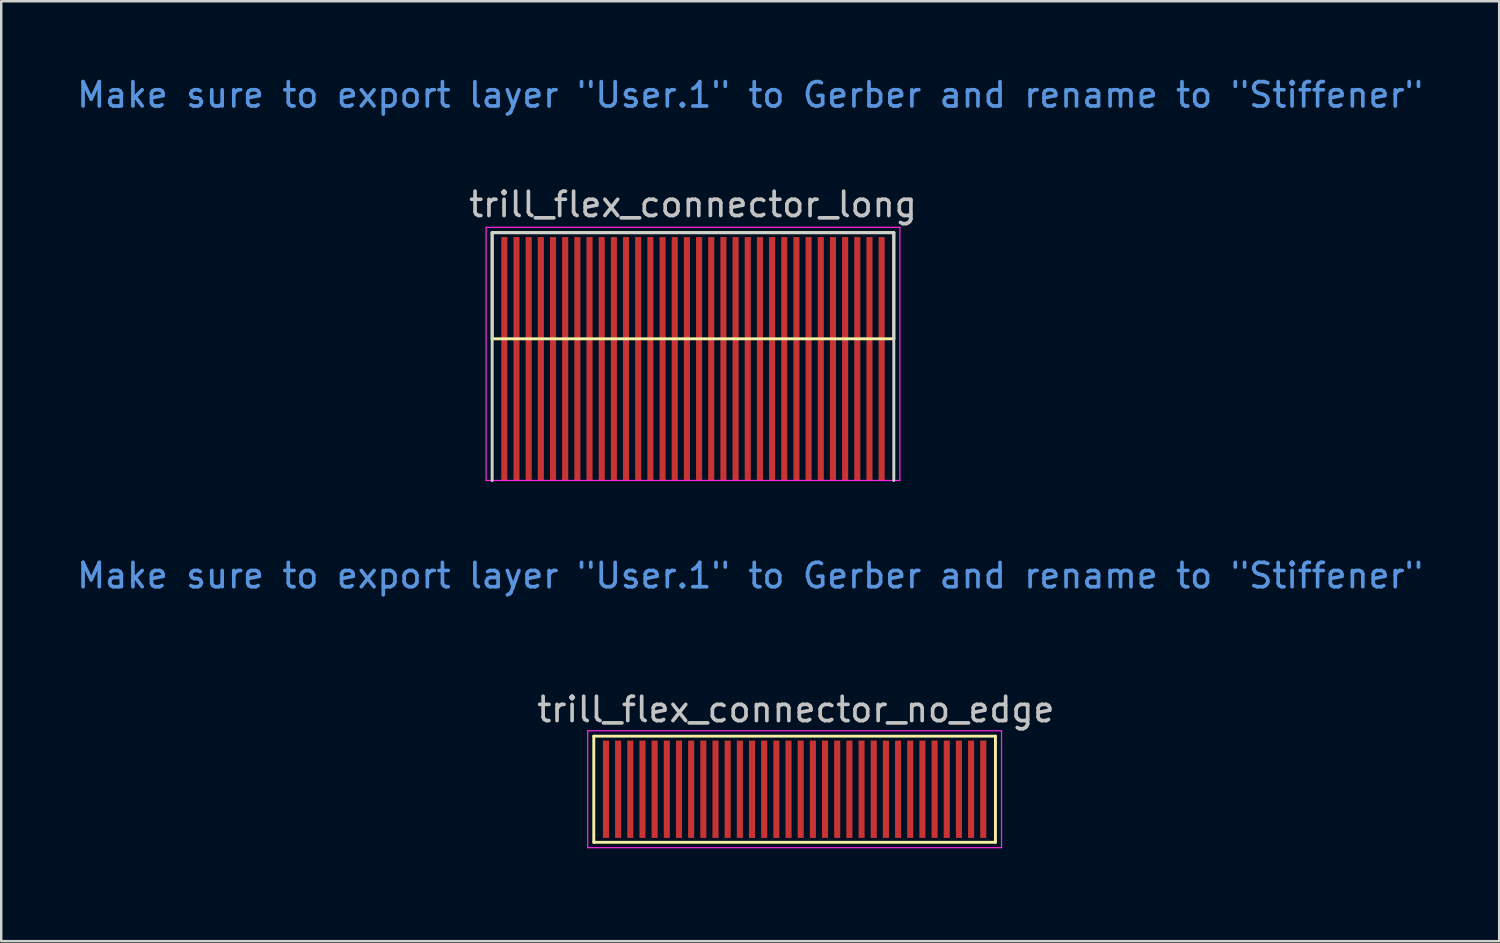
<source format=kicad_pcb>
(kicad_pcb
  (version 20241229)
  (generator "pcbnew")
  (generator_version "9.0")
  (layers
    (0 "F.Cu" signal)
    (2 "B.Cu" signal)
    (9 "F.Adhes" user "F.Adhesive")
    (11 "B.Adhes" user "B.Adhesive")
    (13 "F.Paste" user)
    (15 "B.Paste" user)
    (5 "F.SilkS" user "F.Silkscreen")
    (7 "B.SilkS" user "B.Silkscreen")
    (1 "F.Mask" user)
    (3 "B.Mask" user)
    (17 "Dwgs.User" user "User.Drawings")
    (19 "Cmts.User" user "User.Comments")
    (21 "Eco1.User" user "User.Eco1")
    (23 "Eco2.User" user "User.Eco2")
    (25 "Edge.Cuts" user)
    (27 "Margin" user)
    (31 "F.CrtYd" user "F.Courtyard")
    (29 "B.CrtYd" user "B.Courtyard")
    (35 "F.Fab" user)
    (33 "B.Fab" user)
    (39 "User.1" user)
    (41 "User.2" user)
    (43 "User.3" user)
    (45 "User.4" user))
  (footprint "trill_flex_connector_long"
    (layer "F.Cu")
    (at 17.693 11.673)
    (property "Reference" "trill_flex_connector_long" (at 7.725 -6.325 0) (layer "Dwgs.User") (effects (font (size 1 1) (thickness 0.15))))
    (attr smd exclude_from_pos_files exclude_from_bom)
    (fp_line (start -0.525 -5.165) (end 15.975 -5.165) (stroke (width 0.12) (type solid)) (layer "F.SilkS"))
    (fp_line (start -0.525 -0.805) (end -0.525 -5.165) (stroke (width 0.12) (type solid)) (layer "F.SilkS"))
    (fp_line (start -0.525 -0.805) (end 15.975 -0.805) (stroke (width 0.12) (type solid)) (layer "F.SilkS"))
    (fp_line (start 15.975 -0.805) (end 15.975 -5.165) (stroke (width 0.12) (type solid)) (layer "F.SilkS"))
    (fp_line (start -0.525 -5.165) (end 15.975 -5.165) (stroke (width 0.12) (type solid)) (layer "Edge.Cuts"))
    (fp_line (start -0.525 5.015) (end -0.525 -5.165) (stroke (width 0.12) (type solid)) (layer "Edge.Cuts"))
    (fp_line (start 15.975 5.015) (end 15.975 -5.165) (stroke (width 0.12) (type solid)) (layer "Edge.Cuts"))
    (fp_line (start -0.775 -5.385) (end -0.775 5.015) (stroke (width 0.05) (type solid)) (layer "F.CrtYd"))
    (fp_line (start -0.775 -5.385) (end 16.225 -5.385) (stroke (width 0.05) (type solid)) (layer "F.CrtYd"))
    (fp_line (start -0.775 5.015) (end 16.225 5.015) (stroke (width 0.05) (type solid)) (layer "F.CrtYd"))
    (fp_line (start 16.225 -5.385) (end 16.225 5.015) (stroke (width 0.05) (type solid)) (layer "F.CrtYd"))
    (fp_poly (pts (xy 15.98 0.203) (xy -0.53 0.195) (xy -0.53 -5.165) (xy 15.98 -5.157)) (stroke (width 0.1) (type solid)) (fill no) (layer "User.1"))
    (fp_text user "Make sure to export layer \"User.1\" to Gerber and rename to \"Stiffener\"" (at 10.075 -10.825 0) (layer "Cmts.User") (effects (font (size 1 1) (thickness 0.15))))
    (pad "" smd rect (at -0.025 -2.985) (size 0.25 4) (layers "F.Mask" "F.Paste"))
    (pad "" smd rect (at 0.475 -2.985) (size 0.25 4) (layers "F.Mask" "F.Paste"))
    (pad "" smd rect (at 0.975 -2.985) (size 0.25 4) (layers "F.Mask" "F.Paste"))
    (pad "" smd rect (at 1.475 -2.985) (size 0.25 4) (layers "F.Mask" "F.Paste"))
    (pad "" smd rect (at 1.975 -2.985) (size 0.25 4) (layers "F.Mask" "F.Paste"))
    (pad "" smd rect (at 2.475 -2.985) (size 0.25 4) (layers "F.Mask" "F.Paste"))
    (pad "" smd rect (at 2.975 -2.985) (size 0.25 4) (layers "F.Mask" "F.Paste"))
    (pad "" smd rect (at 3.475 -2.985) (size 0.25 4) (layers "F.Mask" "F.Paste"))
    (pad "" smd rect (at 3.975 -2.985) (size 0.25 4) (layers "F.Mask" "F.Paste"))
    (pad "" smd rect (at 4.475 -2.985) (size 0.25 4) (layers "F.Mask" "F.Paste"))
    (pad "" smd rect (at 4.975 -2.985) (size 0.25 4) (layers "F.Mask" "F.Paste"))
    (pad "" smd rect (at 5.475 -2.985) (size 0.25 4) (layers "F.Mask" "F.Paste"))
    (pad "" smd rect (at 5.975 -2.985) (size 0.25 4) (layers "F.Mask" "F.Paste"))
    (pad "" smd rect (at 6.475 -2.985) (size 0.25 4) (layers "F.Mask" "F.Paste"))
    (pad "" smd rect (at 6.975 -2.985) (size 0.25 4) (layers "F.Mask" "F.Paste"))
    (pad "" smd rect (at 7.475 -2.985) (size 0.25 4) (layers "F.Mask" "F.Paste"))
    (pad "" smd rect (at 7.975 -2.985) (size 0.25 4) (layers "F.Mask" "F.Paste"))
    (pad "" smd rect (at 8.475 -2.985) (size 0.25 4) (layers "F.Mask" "F.Paste"))
    (pad "" smd rect (at 8.975 -2.985) (size 0.25 4) (layers "F.Mask" "F.Paste"))
    (pad "" smd rect (at 9.475 -2.985) (size 0.25 4) (layers "F.Mask" "F.Paste"))
    (pad "" smd rect (at 9.975 -2.985) (size 0.25 4) (layers "F.Mask" "F.Paste"))
    (pad "" smd rect (at 10.475 -2.985) (size 0.25 4) (layers "F.Mask" "F.Paste"))
    (pad "" smd rect (at 10.975 -2.985) (size 0.25 4) (layers "F.Mask" "F.Paste"))
    (pad "" smd rect (at 11.475 -2.985) (size 0.25 4) (layers "F.Mask" "F.Paste"))
    (pad "" smd rect (at 11.975 -2.985) (size 0.25 4) (layers "F.Mask" "F.Paste"))
    (pad "" smd rect (at 12.475 -2.985) (size 0.25 4) (layers "F.Mask" "F.Paste"))
    (pad "" smd rect (at 12.975 -2.985) (size 0.25 4) (layers "F.Mask" "F.Paste"))
    (pad "" smd rect (at 13.475 -2.985) (size 0.25 4) (layers "F.Mask" "F.Paste"))
    (pad "" smd rect (at 13.975 -2.985) (size 0.25 4) (layers "F.Mask" "F.Paste"))
    (pad "" smd rect (at 14.475 -2.985) (size 0.25 4) (layers "F.Mask" "F.Paste"))
    (pad "" smd rect (at 14.975 -2.985) (size 0.25 4) (layers "F.Mask" "F.Paste"))
    (pad "" smd rect (at 15.475 -2.985) (size 0.25 4) (layers "F.Mask" "F.Paste"))
    (pad "1" smd custom (at -0.025 4.015) (size 0.25 2) (layers "F.Cu") (options (anchor rect)) (primitives (gr_poly (pts (xy -0.125 -1) (xy -0.125 -9) (xy 0.125 -9) (xy 0.125 -1)) (width 0) (fill yes))))
    (pad "2" smd custom (at 0.475 4.015) (size 0.25 2) (layers "F.Cu") (options (anchor rect)) (primitives (gr_poly (pts (xy -0.125 -1) (xy -0.125 -9) (xy 0.125 -9) (xy 0.125 -1)) (width 0) (fill yes))))
    (pad "3" smd custom (at 0.975 4.015) (size 0.25 2) (layers "F.Cu") (options (anchor rect)) (primitives (gr_poly (pts (xy -0.125 -1) (xy -0.125 -9) (xy 0.125 -9) (xy 0.125 -1)) (width 0) (fill yes))))
    (pad "4" smd custom (at 1.475 4.015) (size 0.25 2) (layers "F.Cu") (options (anchor rect)) (primitives (gr_poly (pts (xy -0.125 -1) (xy -0.125 -9) (xy 0.125 -9) (xy 0.125 -1)) (width 0) (fill yes))))
    (pad "5" smd custom (at 1.975 4.015) (size 0.25 2) (layers "F.Cu") (options (anchor rect)) (primitives (gr_poly (pts (xy -0.125 -1) (xy -0.125 -9) (xy 0.125 -9) (xy 0.125 -1)) (width 0) (fill yes))))
    (pad "6" smd custom (at 2.475 4.015) (size 0.25 2) (layers "F.Cu") (options (anchor rect)) (primitives (gr_poly (pts (xy -0.125 -1) (xy -0.125 -9) (xy 0.125 -9) (xy 0.125 -1)) (width 0) (fill yes))))
    (pad "7" smd custom (at 2.975 4.015) (size 0.25 2) (layers "F.Cu") (options (anchor rect)) (primitives (gr_poly (pts (xy -0.125 -1) (xy -0.125 -9) (xy 0.125 -9) (xy 0.125 -1)) (width 0) (fill yes))))
    (pad "8" smd custom (at 3.475 4.015) (size 0.25 2) (layers "F.Cu") (options (anchor rect)) (primitives (gr_poly (pts (xy -0.125 -1) (xy -0.125 -9) (xy 0.125 -9) (xy 0.125 -1)) (width 0) (fill yes))))
    (pad "9" smd custom (at 3.975 4.015) (size 0.25 2) (layers "F.Cu") (options (anchor rect)) (primitives (gr_poly (pts (xy -0.125 -1) (xy -0.125 -9) (xy 0.125 -9) (xy 0.125 -1)) (width 0) (fill yes))))
    (pad "10" smd custom (at 4.475 4.015) (size 0.25 2) (layers "F.Cu") (options (anchor rect)) (primitives (gr_poly (pts (xy -0.125 -1) (xy -0.125 -9) (xy 0.125 -9) (xy 0.125 -1)) (width 0) (fill yes))))
    (pad "11" smd custom (at 4.975 4.015) (size 0.25 2) (layers "F.Cu") (options (anchor rect)) (primitives (gr_poly (pts (xy -0.125 -1) (xy -0.125 -9) (xy 0.125 -9) (xy 0.125 -1)) (width 0) (fill yes))))
    (pad "12" smd custom (at 5.475 4.015) (size 0.25 2) (layers "F.Cu") (options (anchor rect)) (primitives (gr_poly (pts (xy -0.125 -1) (xy -0.125 -9) (xy 0.125 -9) (xy 0.125 -1)) (width 0) (fill yes))))
    (pad "13" smd custom (at 5.975 4.015) (size 0.25 2) (layers "F.Cu") (options (anchor rect)) (primitives (gr_poly (pts (xy -0.125 -1) (xy -0.125 -9) (xy 0.125 -9) (xy 0.125 -1)) (width 0) (fill yes))))
    (pad "14" smd custom (at 6.475 4.015) (size 0.25 2) (layers "F.Cu") (options (anchor rect)) (primitives (gr_poly (pts (xy -0.125 -1) (xy -0.125 -9) (xy 0.125 -9) (xy 0.125 -1)) (width 0) (fill yes))))
    (pad "15" smd custom (at 6.975 4.015) (size 0.25 2) (layers "F.Cu") (options (anchor rect)) (primitives (gr_poly (pts (xy -0.125 -1) (xy -0.125 -9) (xy 0.125 -9) (xy 0.125 -1)) (width 0) (fill yes))))
    (pad "16" smd custom (at 7.475 4.015) (size 0.25 2) (layers "F.Cu") (options (anchor rect)) (primitives (gr_poly (pts (xy -0.125 -1) (xy -0.125 -9) (xy 0.125 -9) (xy 0.125 -1)) (width 0) (fill yes))))
    (pad "17" smd custom (at 7.975 4.015) (size 0.25 2) (layers "F.Cu") (options (anchor rect)) (primitives (gr_poly (pts (xy -0.125 -1) (xy -0.125 -9) (xy 0.125 -9) (xy 0.125 -1)) (width 0) (fill yes))))
    (pad "18" smd custom (at 8.475 4.015) (size 0.25 2) (layers "F.Cu") (options (anchor rect)) (primitives (gr_poly (pts (xy -0.125 -1) (xy -0.125 -9) (xy 0.125 -9) (xy 0.125 -1)) (width 0) (fill yes))))
    (pad "19" smd custom (at 8.975 4.015) (size 0.25 2) (layers "F.Cu") (options (anchor rect)) (primitives (gr_poly (pts (xy -0.125 -1) (xy -0.125 -9) (xy 0.125 -9) (xy 0.125 -1)) (width 0) (fill yes))))
    (pad "20" smd custom (at 9.475 4.015) (size 0.25 2) (layers "F.Cu") (options (anchor rect)) (primitives (gr_poly (pts (xy -0.125 -1) (xy -0.125 -9) (xy 0.125 -9) (xy 0.125 -1)) (width 0) (fill yes))))
    (pad "21" smd custom (at 9.975 4.015) (size 0.25 2) (layers "F.Cu") (options (anchor rect)) (primitives (gr_poly (pts (xy -0.125 -1) (xy -0.125 -9) (xy 0.125 -9) (xy 0.125 -1)) (width 0) (fill yes))))
    (pad "22" smd custom (at 10.475 4.015) (size 0.25 2) (layers "F.Cu") (options (anchor rect)) (primitives (gr_poly (pts (xy -0.125 -1) (xy -0.125 -9) (xy 0.125 -9) (xy 0.125 -1)) (width 0) (fill yes))))
    (pad "23" smd custom (at 10.975 4.015) (size 0.25 2) (layers "F.Cu") (options (anchor rect)) (primitives (gr_poly (pts (xy -0.125 -1) (xy -0.125 -9) (xy 0.125 -9) (xy 0.125 -1)) (width 0) (fill yes))))
    (pad "24" smd custom (at 11.475 4.015) (size 0.25 2) (layers "F.Cu") (options (anchor rect)) (primitives (gr_poly (pts (xy -0.125 -1) (xy -0.125 -9) (xy 0.125 -9) (xy 0.125 -1)) (width 0) (fill yes))))
    (pad "25" smd custom (at 11.975 4.015) (size 0.25 2) (layers "F.Cu") (options (anchor rect)) (primitives (gr_poly (pts (xy -0.125 -1) (xy -0.125 -9) (xy 0.125 -9) (xy 0.125 -1)) (width 0) (fill yes))))
    (pad "26" smd custom (at 12.475 4.015) (size 0.25 2) (layers "F.Cu") (options (anchor rect)) (primitives (gr_poly (pts (xy -0.125 -1) (xy -0.125 -9) (xy 0.125 -9) (xy 0.125 -1)) (width 0) (fill yes))))
    (pad "27" smd custom (at 12.975 4.015) (size 0.25 2) (layers "F.Cu") (options (anchor rect)) (primitives (gr_poly (pts (xy -0.125 -1) (xy -0.125 -9) (xy 0.125 -9) (xy 0.125 -1)) (width 0) (fill yes))))
    (pad "28" smd custom (at 13.475 4.015) (size 0.25 2) (layers "F.Cu") (options (anchor rect)) (primitives (gr_poly (pts (xy -0.125 -1) (xy -0.125 -9) (xy 0.125 -9) (xy 0.125 -1)) (width 0) (fill yes))))
    (pad "29" smd custom (at 13.975 4.015) (size 0.25 2) (layers "F.Cu") (options (anchor rect)) (primitives (gr_poly (pts (xy -0.125 -1) (xy -0.125 -9) (xy 0.125 -9) (xy 0.125 -1)) (width 0) (fill yes))))
    (pad "30" smd custom (at 14.475 4.015) (size 0.25 2) (layers "F.Cu") (options (anchor rect)) (primitives (gr_poly (pts (xy -0.125 -1) (xy -0.125 -9) (xy 0.125 -9) (xy 0.125 -1)) (width 0) (fill yes))))
    (pad "31" smd custom (at 14.975 4.015) (size 0.25 2) (layers "F.Cu") (options (anchor rect)) (primitives (gr_poly (pts (xy -0.125 -1) (xy -0.125 -9) (xy 0.125 -9) (xy 0.125 -1)) (width 0) (fill yes))))
    (pad "32" smd custom (at 15.475 4.015) (size 0.25 2) (layers "F.Cu") (options (anchor rect)) (primitives (gr_poly (pts (xy -0.125 -1) (xy -0.125 -9) (xy 0.125 -9) (xy 0.125 -1)) (width 0) (fill yes)))))
  (footprint "trill_flex_connector_no_edge"
    (layer "F.Cu")
    (at 21.818 29.372)
    (property "Reference" "trill_flex_connector_no_edge" (at 7.825 -3.275 0) (layer "Dwgs.User") (effects (font (size 1 1) (thickness 0.15))))
    (attr smd exclude_from_pos_files exclude_from_bom)
    (fp_line (start -0.475 -2.18) (end 16.025 -2.18) (stroke (width 0.12) (type solid)) (layer "F.SilkS"))
    (fp_line (start -0.475 2.18) (end -0.475 -2.18) (stroke (width 0.12) (type solid)) (layer "F.SilkS"))
    (fp_line (start -0.475 2.18) (end 16.025 2.18) (stroke (width 0.12) (type solid)) (layer "F.SilkS"))
    (fp_line (start 16.025 2.18) (end 16.025 -2.18) (stroke (width 0.12) (type solid)) (layer "F.SilkS"))
    (fp_line (start -0.725 -2.4) (end -0.725 2.4) (stroke (width 0.05) (type solid)) (layer "F.CrtYd"))
    (fp_line (start -0.725 -2.4) (end 16.275 -2.4) (stroke (width 0.05) (type solid)) (layer "F.CrtYd"))
    (fp_line (start -0.725 2.4) (end 16.275 2.4) (stroke (width 0.05) (type solid)) (layer "F.CrtYd"))
    (fp_line (start 16.275 -2.4) (end 16.275 2.4) (stroke (width 0.05) (type solid)) (layer "F.CrtYd"))
    (fp_poly (pts (xy 16.035 3.193) (xy -0.48 3.19) (xy -0.48 -2.18) (xy 16.025 -2.177)) (stroke (width 0.1) (type solid)) (fill no) (layer "User.1"))
    (fp_text user "Make sure to export layer \"User.1\" to Gerber and rename to \"Stiffener\"" (at 5.95 -8.775 0) (layer "Cmts.User") (effects (font (size 1 1) (thickness 0.15))))
    (pad "1" smd rect (at 0.025 0) (size 0.25 4) (layers "F.Cu" "F.Mask" "F.Paste"))
    (pad "2" smd rect (at 0.525 0) (size 0.25 4) (layers "F.Cu" "F.Mask" "F.Paste"))
    (pad "3" smd rect (at 1.025 0) (size 0.25 4) (layers "F.Cu" "F.Mask" "F.Paste"))
    (pad "4" smd rect (at 1.525 0) (size 0.25 4) (layers "F.Cu" "F.Mask" "F.Paste"))
    (pad "5" smd rect (at 2.025 0) (size 0.25 4) (layers "F.Cu" "F.Mask" "F.Paste"))
    (pad "6" smd rect (at 2.525 0) (size 0.25 4) (layers "F.Cu" "F.Mask" "F.Paste"))
    (pad "7" smd rect (at 3.025 0) (size 0.25 4) (layers "F.Cu" "F.Mask" "F.Paste"))
    (pad "8" smd rect (at 3.525 0) (size 0.25 4) (layers "F.Cu" "F.Mask" "F.Paste"))
    (pad "9" smd rect (at 4.025 0) (size 0.25 4) (layers "F.Cu" "F.Mask" "F.Paste"))
    (pad "10" smd rect (at 4.525 0) (size 0.25 4) (layers "F.Cu" "F.Mask" "F.Paste"))
    (pad "11" smd rect (at 5.025 0) (size 0.25 4) (layers "F.Cu" "F.Mask" "F.Paste"))
    (pad "12" smd rect (at 5.525 0) (size 0.25 4) (layers "F.Cu" "F.Mask" "F.Paste"))
    (pad "13" smd rect (at 6.025 0) (size 0.25 4) (layers "F.Cu" "F.Mask" "F.Paste"))
    (pad "14" smd rect (at 6.525 0) (size 0.25 4) (layers "F.Cu" "F.Mask" "F.Paste"))
    (pad "15" smd rect (at 7.025 0) (size 0.25 4) (layers "F.Cu" "F.Mask" "F.Paste"))
    (pad "16" smd rect (at 7.525 0) (size 0.25 4) (layers "F.Cu" "F.Mask" "F.Paste"))
    (pad "17" smd rect (at 8.025 0) (size 0.25 4) (layers "F.Cu" "F.Mask" "F.Paste"))
    (pad "18" smd rect (at 8.525 0) (size 0.25 4) (layers "F.Cu" "F.Mask" "F.Paste"))
    (pad "19" smd rect (at 9.025 0) (size 0.25 4) (layers "F.Cu" "F.Mask" "F.Paste"))
    (pad "20" smd rect (at 9.525 0) (size 0.25 4) (layers "F.Cu" "F.Mask" "F.Paste"))
    (pad "21" smd rect (at 10.025 0) (size 0.25 4) (layers "F.Cu" "F.Mask" "F.Paste"))
    (pad "22" smd rect (at 10.525 0) (size 0.25 4) (layers "F.Cu" "F.Mask" "F.Paste"))
    (pad "23" smd rect (at 11.025 0) (size 0.25 4) (layers "F.Cu" "F.Mask" "F.Paste"))
    (pad "24" smd rect (at 11.525 0) (size 0.25 4) (layers "F.Cu" "F.Mask" "F.Paste"))
    (pad "25" smd rect (at 12.025 0) (size 0.25 4) (layers "F.Cu" "F.Mask" "F.Paste"))
    (pad "26" smd rect (at 12.525 0) (size 0.25 4) (layers "F.Cu" "F.Mask" "F.Paste"))
    (pad "27" smd rect (at 13.025 0) (size 0.25 4) (layers "F.Cu" "F.Mask" "F.Paste"))
    (pad "28" smd rect (at 13.525 0) (size 0.25 4) (layers "F.Cu" "F.Mask" "F.Paste"))
    (pad "29" smd rect (at 14.025 0) (size 0.25 4) (layers "F.Cu" "F.Mask" "F.Paste"))
    (pad "30" smd rect (at 14.525 0) (size 0.25 4) (layers "F.Cu" "F.Mask" "F.Paste"))
    (pad "31" smd rect (at 15.025 0) (size 0.25 4) (layers "F.Cu" "F.Mask" "F.Paste"))
    (pad "32" smd rect (at 15.525 0) (size 0.25 4) (layers "F.Cu" "F.Mask" "F.Paste")))
  (gr_rect
    (start -3 -3)
    (end 58.536 35.614)
    (stroke (width 0.1) (type default))
    (fill no)
    (layer "Edge.Cuts")))
</source>
